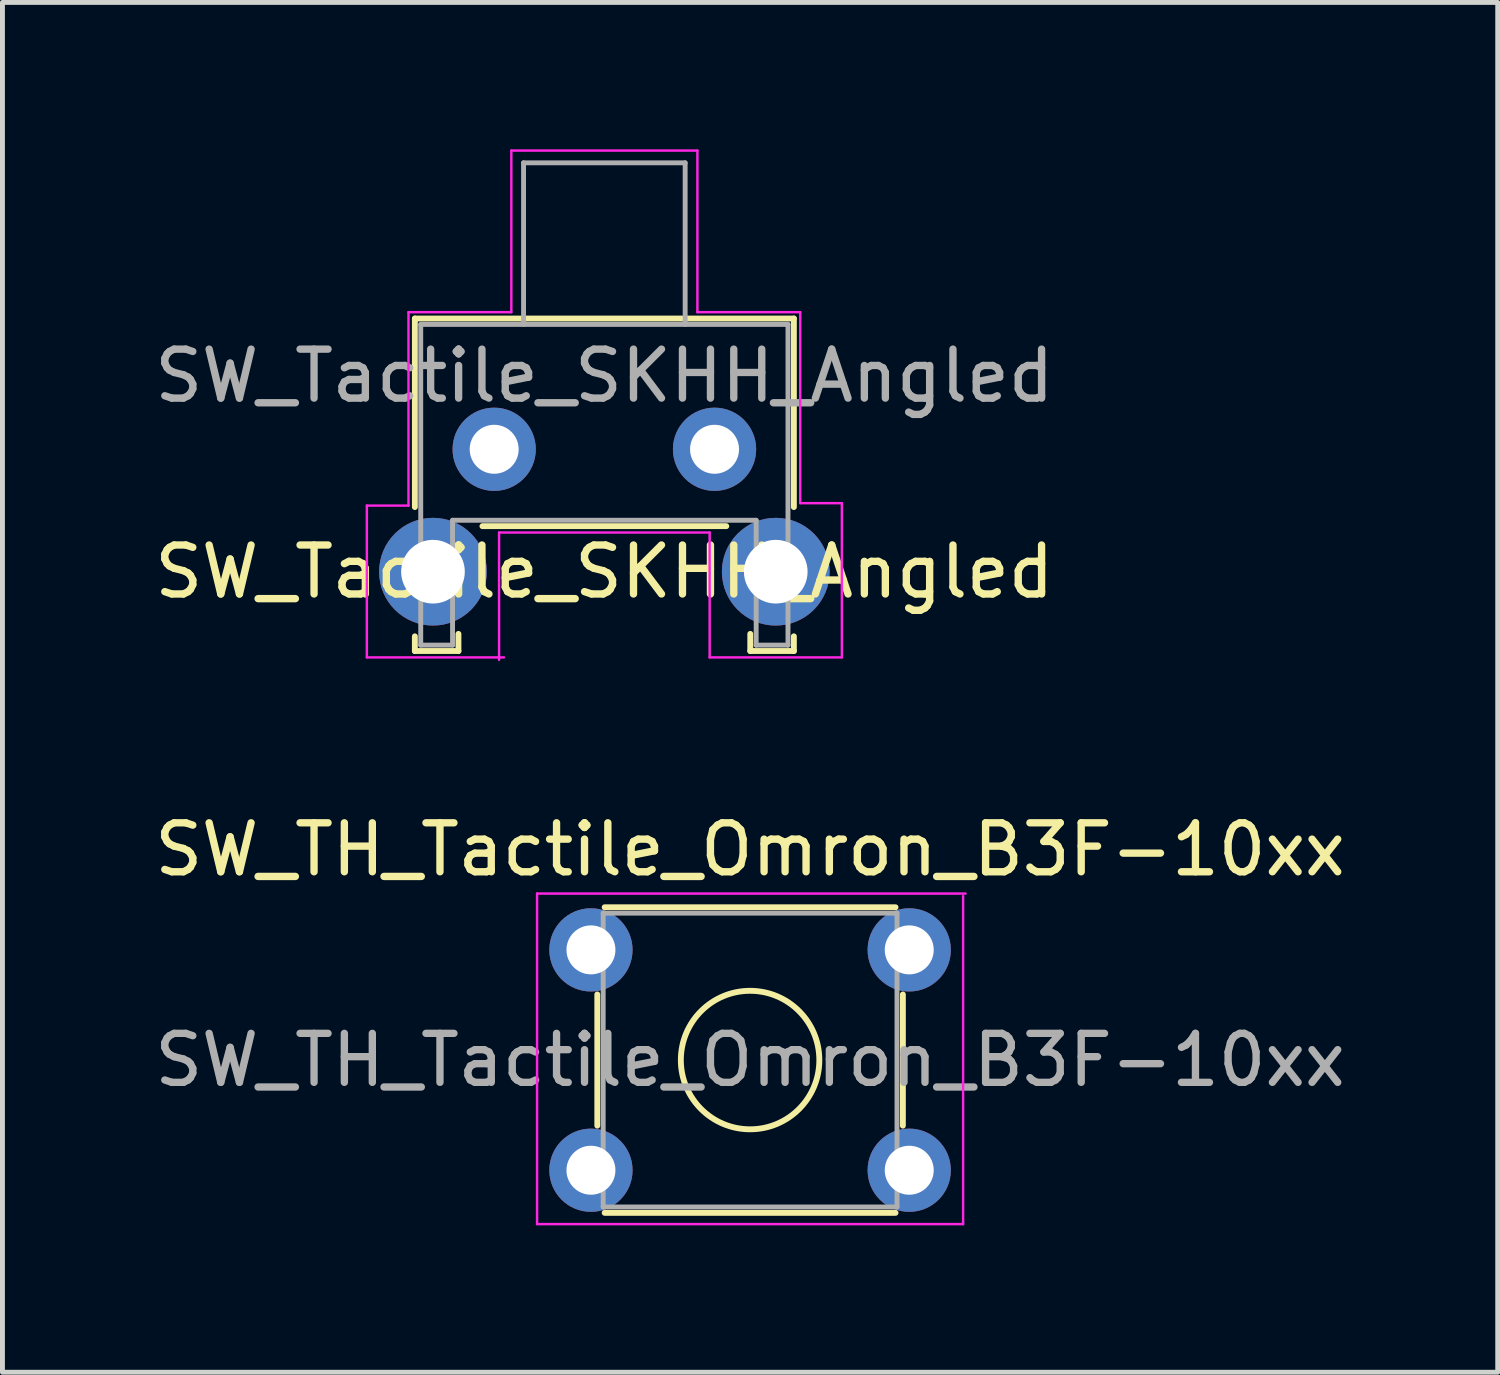
<source format=kicad_pcb>
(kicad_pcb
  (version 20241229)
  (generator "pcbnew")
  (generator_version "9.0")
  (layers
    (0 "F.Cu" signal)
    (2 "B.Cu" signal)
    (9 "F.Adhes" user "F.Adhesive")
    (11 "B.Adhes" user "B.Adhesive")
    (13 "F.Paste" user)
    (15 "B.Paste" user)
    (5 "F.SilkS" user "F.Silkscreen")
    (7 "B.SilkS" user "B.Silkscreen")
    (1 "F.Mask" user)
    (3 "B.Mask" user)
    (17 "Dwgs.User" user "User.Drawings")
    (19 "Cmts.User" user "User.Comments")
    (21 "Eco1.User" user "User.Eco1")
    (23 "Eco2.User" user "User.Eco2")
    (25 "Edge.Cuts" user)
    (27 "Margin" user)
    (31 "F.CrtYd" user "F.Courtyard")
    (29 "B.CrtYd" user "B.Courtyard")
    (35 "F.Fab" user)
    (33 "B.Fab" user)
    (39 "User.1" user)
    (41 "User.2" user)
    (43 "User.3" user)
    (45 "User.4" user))
  (footprint "SW_Tactile_SKHH_Angled"
    (layer "F.Cu")
    (at 7.042 6.125)
    (property "Reference" "SW_Tactile_SKHH_Angled" (at 2.25 2.5 0) (layer "F.SilkS") (effects (font (size 1 1) (thickness 0.15))))
    (attr through_hole)
    (fp_circle (center -1.25 2.5) (end -1.885 2.5) (stroke (width 0) (type solid)) (fill yes) (layer "F.Mask"))
    (fp_circle (center 0 0) (end -0.445 0) (stroke (width 0) (type solid)) (fill yes) (layer "F.Mask"))
    (fp_circle (center 4.5 0) (end 4.056 0) (stroke (width 0) (type solid)) (fill yes) (layer "F.Mask"))
    (fp_circle (center 5.75 2.5) (end 5.115 2.5) (stroke (width 0) (type solid)) (fill yes) (layer "F.Mask"))
    (fp_circle (center -1.25 2.5) (end -2.393 2.5) (stroke (width 0) (type solid)) (fill yes) (layer "B.Mask"))
    (fp_circle (center 0 0) (end -0.889 0) (stroke (width 0) (type solid)) (fill yes) (layer "B.Mask"))
    (fp_circle (center 4.5 0) (end 3.611 0) (stroke (width 0) (type solid)) (fill yes) (layer "B.Mask"))
    (fp_circle (center 5.75 2.5) (end 4.607 2.5) (stroke (width 0) (type solid)) (fill yes) (layer "B.Mask"))
    (fp_line (start -1.62 -2.67) (end -1.62 1.18) (stroke (width 0.12) (type solid)) (layer "F.SilkS"))
    (fp_line (start -1.62 3.82) (end -1.62 4.12) (stroke (width 0.12) (type solid)) (layer "F.SilkS"))
    (fp_line (start -0.73 4.12) (end -1.62 4.12) (stroke (width 0.12) (type solid)) (layer "F.SilkS"))
    (fp_line (start -0.73 4.12) (end -0.73 3.77) (stroke (width 0.12) (type solid)) (layer "F.SilkS"))
    (fp_line (start -0.24 1.57) (end 4.74 1.57) (stroke (width 0.12) (type solid)) (layer "F.SilkS"))
    (fp_line (start 5.23 4.12) (end 5.23 3.77) (stroke (width 0.12) (type solid)) (layer "F.SilkS"))
    (fp_line (start 6.12 -2.67) (end -1.62 -2.67) (stroke (width 0.12) (type solid)) (layer "F.SilkS"))
    (fp_line (start 6.12 1.18) (end 6.12 -2.67) (stroke (width 0.12) (type solid)) (layer "F.SilkS"))
    (fp_line (start 6.12 3.82) (end 6.12 4.12) (stroke (width 0.12) (type solid)) (layer "F.SilkS"))
    (fp_line (start 6.12 4.12) (end 5.23 4.12) (stroke (width 0.12) (type solid)) (layer "F.SilkS"))
    (fp_line (start -2.6 1.15) (end -1.75 1.15) (stroke (width 0.05) (type solid)) (layer "F.CrtYd"))
    (fp_line (start -2.6 4.25) (end -2.6 1.15) (stroke (width 0.05) (type solid)) (layer "F.CrtYd"))
    (fp_line (start -1.75 1.15) (end -1.75 -2.8) (stroke (width 0.05) (type solid)) (layer "F.CrtYd"))
    (fp_line (start 0.1 1.7) (end 4.4 1.7) (stroke (width 0.05) (type solid)) (layer "F.CrtYd"))
    (fp_line (start 0.1 4.3) (end 0.1 1.7) (stroke (width 0.05) (type solid)) (layer "F.CrtYd"))
    (fp_line (start 0.2 4.25) (end -2.6 4.25) (stroke (width 0.05) (type solid)) (layer "F.CrtYd"))
    (fp_line (start 0.35 -6.1) (end 0.35 -2.8) (stroke (width 0.05) (type solid)) (layer "F.CrtYd"))
    (fp_line (start 0.35 -2.8) (end -1.75 -2.8) (stroke (width 0.05) (type solid)) (layer "F.CrtYd"))
    (fp_line (start 4.15 -6.1) (end 0.35 -6.1) (stroke (width 0.05) (type solid)) (layer "F.CrtYd"))
    (fp_line (start 4.15 -2.8) (end 4.15 -6.1) (stroke (width 0.05) (type solid)) (layer "F.CrtYd"))
    (fp_line (start 4.4 1.7) (end 4.4 4.25) (stroke (width 0.05) (type solid)) (layer "F.CrtYd"))
    (fp_line (start 4.4 4.25) (end 7.1 4.25) (stroke (width 0.05) (type solid)) (layer "F.CrtYd"))
    (fp_line (start 6.25 -2.8) (end 4.15 -2.8) (stroke (width 0.05) (type solid)) (layer "F.CrtYd"))
    (fp_line (start 6.25 1.1) (end 6.25 -2.8) (stroke (width 0.05) (type solid)) (layer "F.CrtYd"))
    (fp_line (start 7.1 1.1) (end 6.25 1.1) (stroke (width 0.05) (type solid)) (layer "F.CrtYd"))
    (fp_line (start 7.1 4.25) (end 7.1 1.1) (stroke (width 0.05) (type solid)) (layer "F.CrtYd"))
    (fp_line (start -1.5 4) (end -1.5 -2.55) (stroke (width 0.1) (type solid)) (layer "F.Fab"))
    (fp_line (start -0.85 1.45) (end -0.85 4) (stroke (width 0.1) (type solid)) (layer "F.Fab"))
    (fp_line (start -0.85 4) (end -1.5 4) (stroke (width 0.1) (type solid)) (layer "F.Fab"))
    (fp_line (start 0.6 -5.85) (end 3.9 -5.85) (stroke (width 0.1) (type solid)) (layer "F.Fab"))
    (fp_line (start 0.6 -2.55) (end 0.6 -5.85) (stroke (width 0.1) (type solid)) (layer "F.Fab"))
    (fp_line (start 3.9 -2.55) (end 3.9 -5.85) (stroke (width 0.1) (type solid)) (layer "F.Fab"))
    (fp_line (start 5.35 1.45) (end -0.85 1.45) (stroke (width 0.1) (type solid)) (layer "F.Fab"))
    (fp_line (start 5.35 1.45) (end 5.35 4) (stroke (width 0.1) (type solid)) (layer "F.Fab"))
    (fp_line (start 6 -2.55) (end -1.5 -2.55) (stroke (width 0.1) (type solid)) (layer "F.Fab"))
    (fp_line (start 6 -2.55) (end 6 4) (stroke (width 0.1) (type solid)) (layer "F.Fab"))
    (fp_line (start 6 4) (end 5.35 4) (stroke (width 0.1) (type solid)) (layer "F.Fab"))
    (fp_text user "${REFERENCE}" (at 2.25 -1.5 0) (layer "F.Fab") (effects (font (size 1 1) (thickness 0.15))))
    (pad "" thru_hole circle (at -1.25 2.5 180) (size 2.2 2.2) (drill 1.3) (layers "*.Cu" "*.Mask"))
    (pad "" thru_hole circle (at 5.75 2.5 180) (size 2.2 2.2) (drill 1.3) (layers "*.Cu" "*.Mask"))
    (pad "1" thru_hole circle (at 0 0 180) (size 1.7 1.7) (drill 1) (layers "*.Cu" "*.Mask"))
    (pad "2" thru_hole circle (at 4.5 0 180) (size 1.7 1.7) (drill 1) (layers "*.Cu" "*.Mask")))
  (footprint "SW_TH_Tactile_Omron_B3F-10xx"
    (layer "F.Cu")
    (at 9.018 16.348)
    (property "Reference" "SW_TH_Tactile_Omron_B3F-10xx" (at 3.25 -2.05 0) (layer "F.SilkS") (effects (font (size 1 1) (thickness 0.15))))
    (attr through_hole)
    (fp_line (start 0.13 3.59) (end 0.13 0.91) (stroke (width 0.12) (type solid)) (layer "F.SilkS"))
    (fp_line (start 0.28 -0.87) (end 6.22 -0.87) (stroke (width 0.12) (type solid)) (layer "F.SilkS"))
    (fp_line (start 0.28 5.37) (end 6.22 5.37) (stroke (width 0.12) (type solid)) (layer "F.SilkS"))
    (fp_line (start 6.37 0.91) (end 6.37 3.59) (stroke (width 0.12) (type solid)) (layer "F.SilkS"))
    (fp_circle (center 3.25 2.25) (end 4.25 3.25) (stroke (width 0.12) (type solid)) (fill no) (layer "F.SilkS"))
    (fp_line (start -1.1 -1.15) (end -1.1 5.6) (stroke (width 0.05) (type solid)) (layer "F.CrtYd"))
    (fp_line (start -1.1 5.6) (end 7.6 5.6) (stroke (width 0.05) (type solid)) (layer "F.CrtYd"))
    (fp_line (start 7.6 5.6) (end 7.6 -1.1) (stroke (width 0.05) (type solid)) (layer "F.CrtYd"))
    (fp_line (start 7.65 -1.15) (end -1.1 -1.15) (stroke (width 0.05) (type solid)) (layer "F.CrtYd"))
    (fp_line (start 0.25 -0.75) (end 0.25 5.25) (stroke (width 0.1) (type solid)) (layer "F.Fab"))
    (fp_line (start 0.25 -0.75) (end 6.25 -0.75) (stroke (width 0.1) (type solid)) (layer "F.Fab"))
    (fp_line (start 0.25 5.25) (end 6.25 5.25) (stroke (width 0.1) (type solid)) (layer "F.Fab"))
    (fp_line (start 6.25 -0.75) (end 6.25 5.25) (stroke (width 0.1) (type solid)) (layer "F.Fab"))
    (fp_text user "${REFERENCE}" (at 3.25 2.25 0) (layer "F.Fab") (effects (font (size 1 1) (thickness 0.15))))
    (pad "1" thru_hole circle (at 0 0) (size 1.7 1.7) (drill 1) (layers "*.Cu" "*.Mask"))
    (pad "2" thru_hole circle (at 6.5 0) (size 1.7 1.7) (drill 1) (layers "*.Cu" "*.Mask"))
    (pad "3" thru_hole circle (at 0 4.5) (size 1.7 1.7) (drill 1) (layers "*.Cu" "*.Mask"))
    (pad "4" thru_hole circle (at 6.5 4.5) (size 1.7 1.7) (drill 1) (layers "*.Cu" "*.Mask")))
  (gr_rect
    (start -3 -3)
    (end 27.536 24.973)
    (stroke (width 0.1) (type default))
    (fill no)
    (layer "Edge.Cuts")))
</source>
